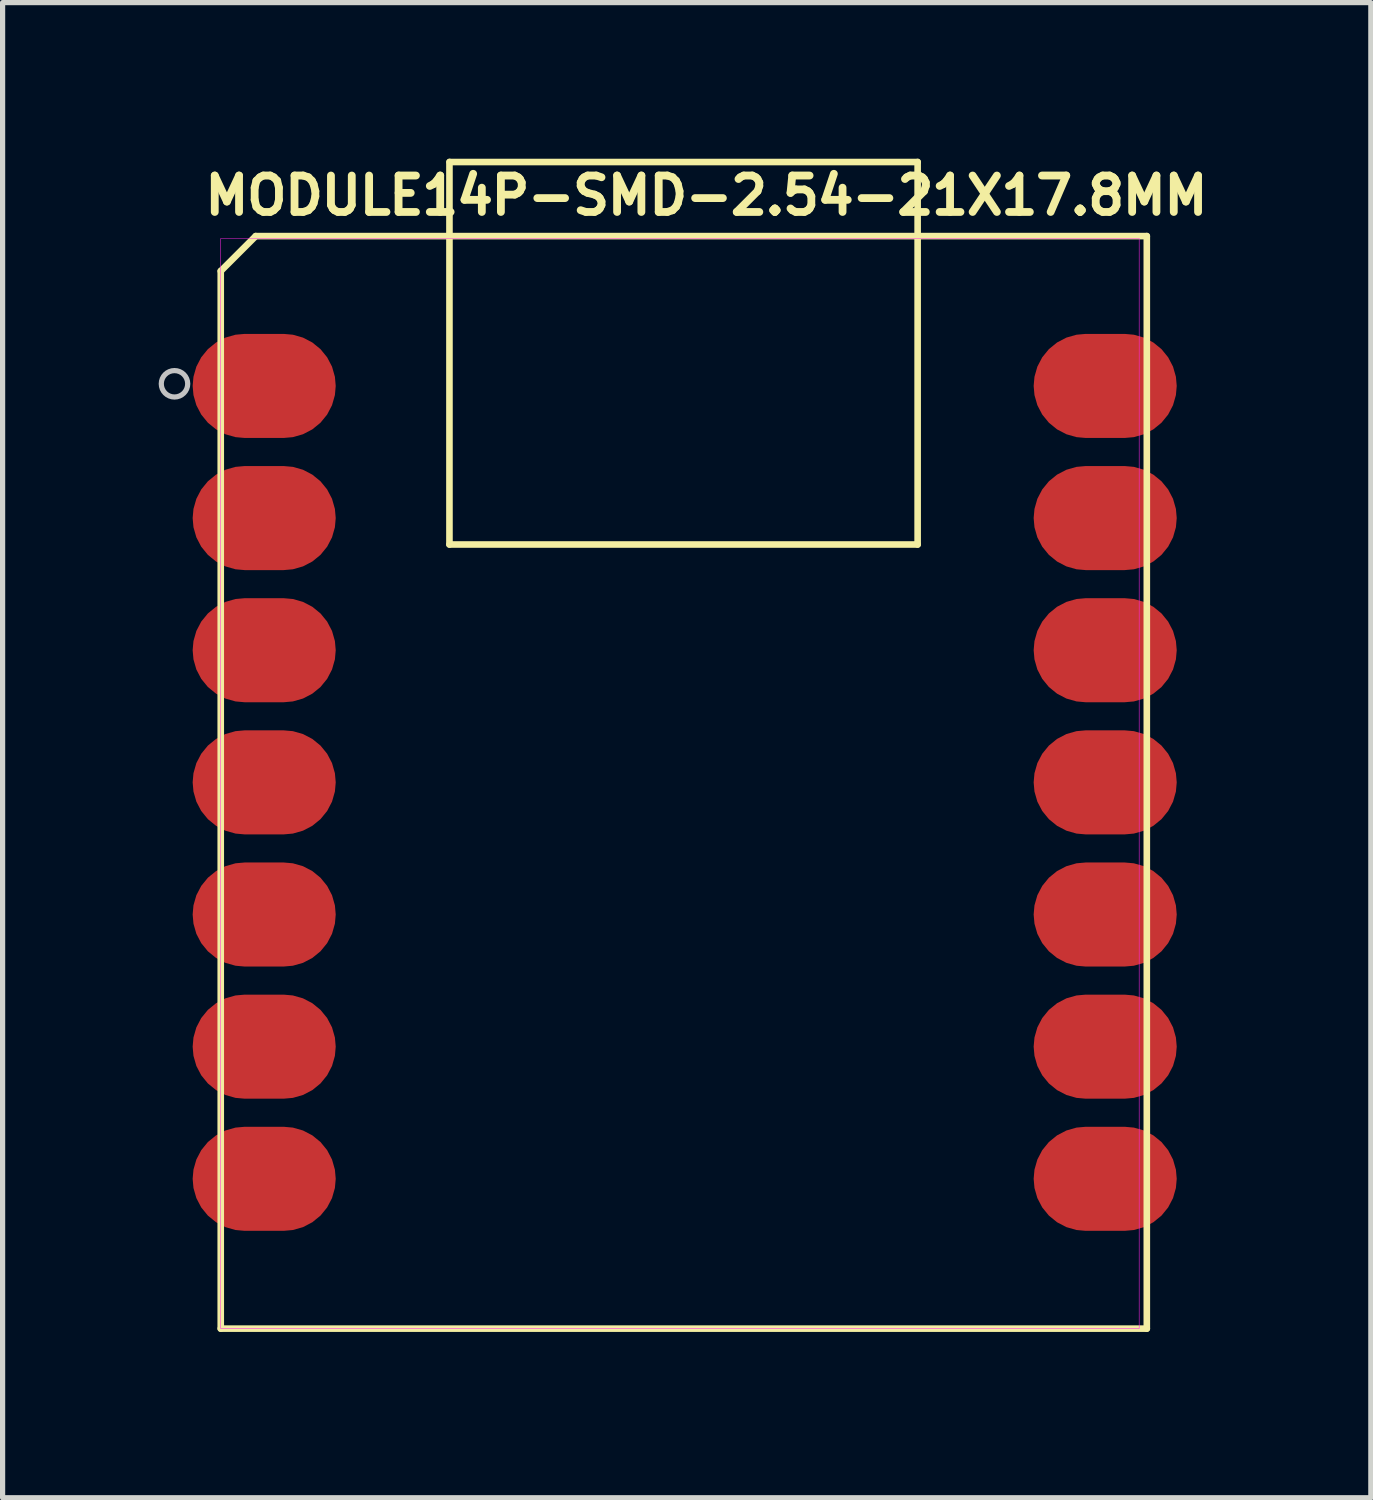
<source format=kicad_pcb>
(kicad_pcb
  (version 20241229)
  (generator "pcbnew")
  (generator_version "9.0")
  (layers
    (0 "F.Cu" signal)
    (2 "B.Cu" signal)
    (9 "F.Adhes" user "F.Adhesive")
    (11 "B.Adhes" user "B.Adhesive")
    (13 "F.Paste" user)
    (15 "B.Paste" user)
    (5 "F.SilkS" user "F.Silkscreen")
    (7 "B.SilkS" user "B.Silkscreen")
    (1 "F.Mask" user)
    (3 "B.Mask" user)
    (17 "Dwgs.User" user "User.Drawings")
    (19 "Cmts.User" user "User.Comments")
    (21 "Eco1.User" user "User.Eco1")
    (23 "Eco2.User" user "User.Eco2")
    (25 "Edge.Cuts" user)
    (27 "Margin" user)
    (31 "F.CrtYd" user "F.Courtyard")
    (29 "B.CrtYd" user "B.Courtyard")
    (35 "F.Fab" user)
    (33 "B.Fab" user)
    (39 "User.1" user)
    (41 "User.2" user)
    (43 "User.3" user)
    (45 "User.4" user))
  (footprint "MODULE14P-SMD-2.54-21X17.8MM"
    (layer "F.Cu")
    (at 1.193 22.488)
    (property "Reference" "MODULE14P-SMD-2.54-21X17.8MM" (at 9.335 -21.78 0) (layer "F.SilkS") (effects (font (size 0.7 0.7) (thickness 0.15))))
    (attr through_hole)
    (fp_line (start 0 -20.328) (end 0 0) (stroke (width 0.127) (type solid)) (layer "F.SilkS"))
    (fp_line (start 0 0) (end 17.8 0) (stroke (width 0.127) (type solid)) (layer "F.SilkS"))
    (fp_line (start 0.672 -21) (end 0 -20.328) (stroke (width 0.127) (type solid)) (layer "F.SilkS"))
    (fp_line (start 4.396 -15.072) (end 4.396 -22.425) (stroke (width 0.127) (type solid)) (layer "F.SilkS"))
    (fp_line (start 4.4 -22.424) (end 13.395 -22.424) (stroke (width 0.127) (type solid)) (layer "F.SilkS"))
    (fp_line (start 13.395 -22.424) (end 13.395 -15.072) (stroke (width 0.127) (type solid)) (layer "F.SilkS"))
    (fp_line (start 13.395 -15.072) (end 4.396 -15.072) (stroke (width 0.127) (type solid)) (layer "F.SilkS"))
    (fp_line (start 17.8 -21) (end 0.672 -21) (stroke (width 0.127) (type solid)) (layer "F.SilkS"))
    (fp_line (start 17.8 0) (end 17.8 -21) (stroke (width 0.127) (type solid)) (layer "F.SilkS"))
    (fp_circle (center -0.889 -18.161) (end -0.635 -18.161) (stroke (width 0.1) (type solid)) (fill no) (layer "Dwgs.User"))
    (fp_poly (pts (xy 0 -20.955) (xy 17.653 -20.955) (xy 17.653 0) (xy 0 0)) (stroke (width 0.01) (type solid)) (fill no) (layer "F.CrtYd"))
    (pad "1" smd roundrect (at 0.835 -18.12) (size 2.75 2) (layers "F.Cu" "F.Mask" "F.Paste") (roundrect_rratio 0.5))
    (pad "2" smd roundrect (at 0.835 -15.58) (size 2.75 2) (layers "F.Cu" "F.Mask" "F.Paste") (roundrect_rratio 0.5))
    (pad "3" smd roundrect (at 0.835 -13.04) (size 2.75 2) (layers "F.Cu" "F.Mask" "F.Paste") (roundrect_rratio 0.5))
    (pad "4" smd roundrect (at 0.835 -10.5) (size 2.75 2) (layers "F.Cu" "F.Mask" "F.Paste") (roundrect_rratio 0.5))
    (pad "5" smd roundrect (at 0.835 -7.96) (size 2.75 2) (layers "F.Cu" "F.Mask" "F.Paste") (roundrect_rratio 0.5))
    (pad "6" smd roundrect (at 0.835 -5.42) (size 2.75 2) (layers "F.Cu" "F.Mask" "F.Paste") (roundrect_rratio 0.5))
    (pad "7" smd roundrect (at 0.835 -2.88) (size 2.75 2) (layers "F.Cu" "F.Mask" "F.Paste") (roundrect_rratio 0.5))
    (pad "8" smd roundrect (at 17 -2.88) (size 2.75 2) (layers "F.Cu" "F.Mask" "F.Paste") (roundrect_rratio 0.5))
    (pad "9" smd roundrect (at 17 -5.42) (size 2.75 2) (layers "F.Cu" "F.Mask" "F.Paste") (roundrect_rratio 0.5))
    (pad "10" smd roundrect (at 17 -7.96) (size 2.75 2) (layers "F.Cu" "F.Mask" "F.Paste") (roundrect_rratio 0.5))
    (pad "11" smd roundrect (at 17 -10.5) (size 2.75 2) (layers "F.Cu" "F.Mask" "F.Paste") (roundrect_rratio 0.5))
    (pad "12" smd roundrect (at 17 -13.04) (size 2.75 2) (layers "F.Cu" "F.Mask" "F.Paste") (roundrect_rratio 0.5))
    (pad "13" smd roundrect (at 17 -15.58) (size 2.75 2) (layers "F.Cu" "F.Mask" "F.Paste") (roundrect_rratio 0.5))
    (pad "14" smd roundrect (at 17 -18.12) (size 2.75 2) (layers "F.Cu" "F.Mask" "F.Paste") (roundrect_rratio 0.5))
    (zone (net_name "") (layer "F.Cu") (hatch full 0.508) (connect_pads) (min_thickness 0.01) (filled_areas_thickness no) (keepout (tracks not_allowed) (vias not_allowed) (pads not_allowed) (copperpour not_allowed) (footprints allowed)) (placement (enabled no)) (fill) (polygon (pts (xy 4.178 9.725) (xy 7.098 9.725) (xy 7.098 11.757) (xy 4.178 11.757))))
    (zone (net_name "") (layer "F.Cu") (hatch full 0.508) (connect_pads) (min_thickness 0.01) (filled_areas_thickness no) (keepout (tracks not_allowed) (vias not_allowed) (pads not_allowed) (copperpour not_allowed) (footprints allowed)) (placement (enabled no)) (fill) (polygon (pts (xy 4.876 1.407) (xy 6.654 1.407) (xy 6.654 4.074) (xy 4.876 4.074))))
    (zone (net_name "") (layer "F.Cu") (hatch full 0.508) (connect_pads) (min_thickness 0.01) (filled_areas_thickness no) (keepout (tracks not_allowed) (vias not_allowed) (pads not_allowed) (copperpour not_allowed) (footprints allowed)) (placement (enabled no)) (fill) (polygon (pts (xy 4.876 5.471) (xy 6.654 5.471) (xy 6.654 8.137) (xy 4.876 8.137))))
    (zone (net_name "") (layer "F.Cu") (hatch full 0.508) (connect_pads) (min_thickness 0.01) (filled_areas_thickness no) (keepout (tracks not_allowed) (vias not_allowed) (pads not_allowed) (copperpour not_allowed) (footprints allowed)) (placement (enabled no)) (fill) (polygon (pts (xy 7.543 2.168) (xy 12.75 2.168) (xy 12.75 9.153) (xy 7.543 9.153))))
    (zone (net_name "") (layer "F.Cu") (hatch full 0.508) (connect_pads) (min_thickness 0.01) (filled_areas_thickness no) (keepout (tracks not_allowed) (vias not_allowed) (pads not_allowed) (copperpour not_allowed) (footprints allowed)) (placement (enabled no)) (fill) (polygon (pts (xy 7.543 19.314) (xy 13.258 19.314) (xy 13.258 21.854) (xy 7.543 21.854))))
    (zone (net_name "") (layer "F.Cu") (hatch full 0.508) (connect_pads) (min_thickness 0.01) (filled_areas_thickness no) (keepout (tracks not_allowed) (vias not_allowed) (pads not_allowed) (copperpour not_allowed) (footprints allowed)) (placement (enabled no)) (fill) (polygon (pts (xy 10.972 11.185) (xy 14.02 11.185) (xy 14.02 14.233) (xy 10.972 14.233))))
    (zone (net_name "") (layer "F.Cu") (hatch full 0.508) (connect_pads) (min_thickness 0.01) (filled_areas_thickness no) (keepout (tracks not_allowed) (vias not_allowed) (pads not_allowed) (copperpour not_allowed) (footprints allowed)) (placement (enabled no)) (fill) (polygon (pts (xy 13.512 1.407) (xy 15.29 1.407) (xy 15.29 4.074) (xy 13.512 4.074))))
    (zone (net_name "") (layer "F.Cu") (hatch full 0.508) (connect_pads) (min_thickness 0.01) (filled_areas_thickness no) (keepout (tracks not_allowed) (vias not_allowed) (pads not_allowed) (copperpour not_allowed) (footprints allowed)) (placement (enabled no)) (fill) (polygon (pts (xy 13.512 5.471) (xy 15.29 5.471) (xy 15.29 8.137) (xy 13.512 8.137)))))
  (gr_rect
    (start -3 -3)
    (end 23.299 25.738)
    (stroke (width 0.1) (type default))
    (fill no)
    (layer "Edge.Cuts")))
</source>
